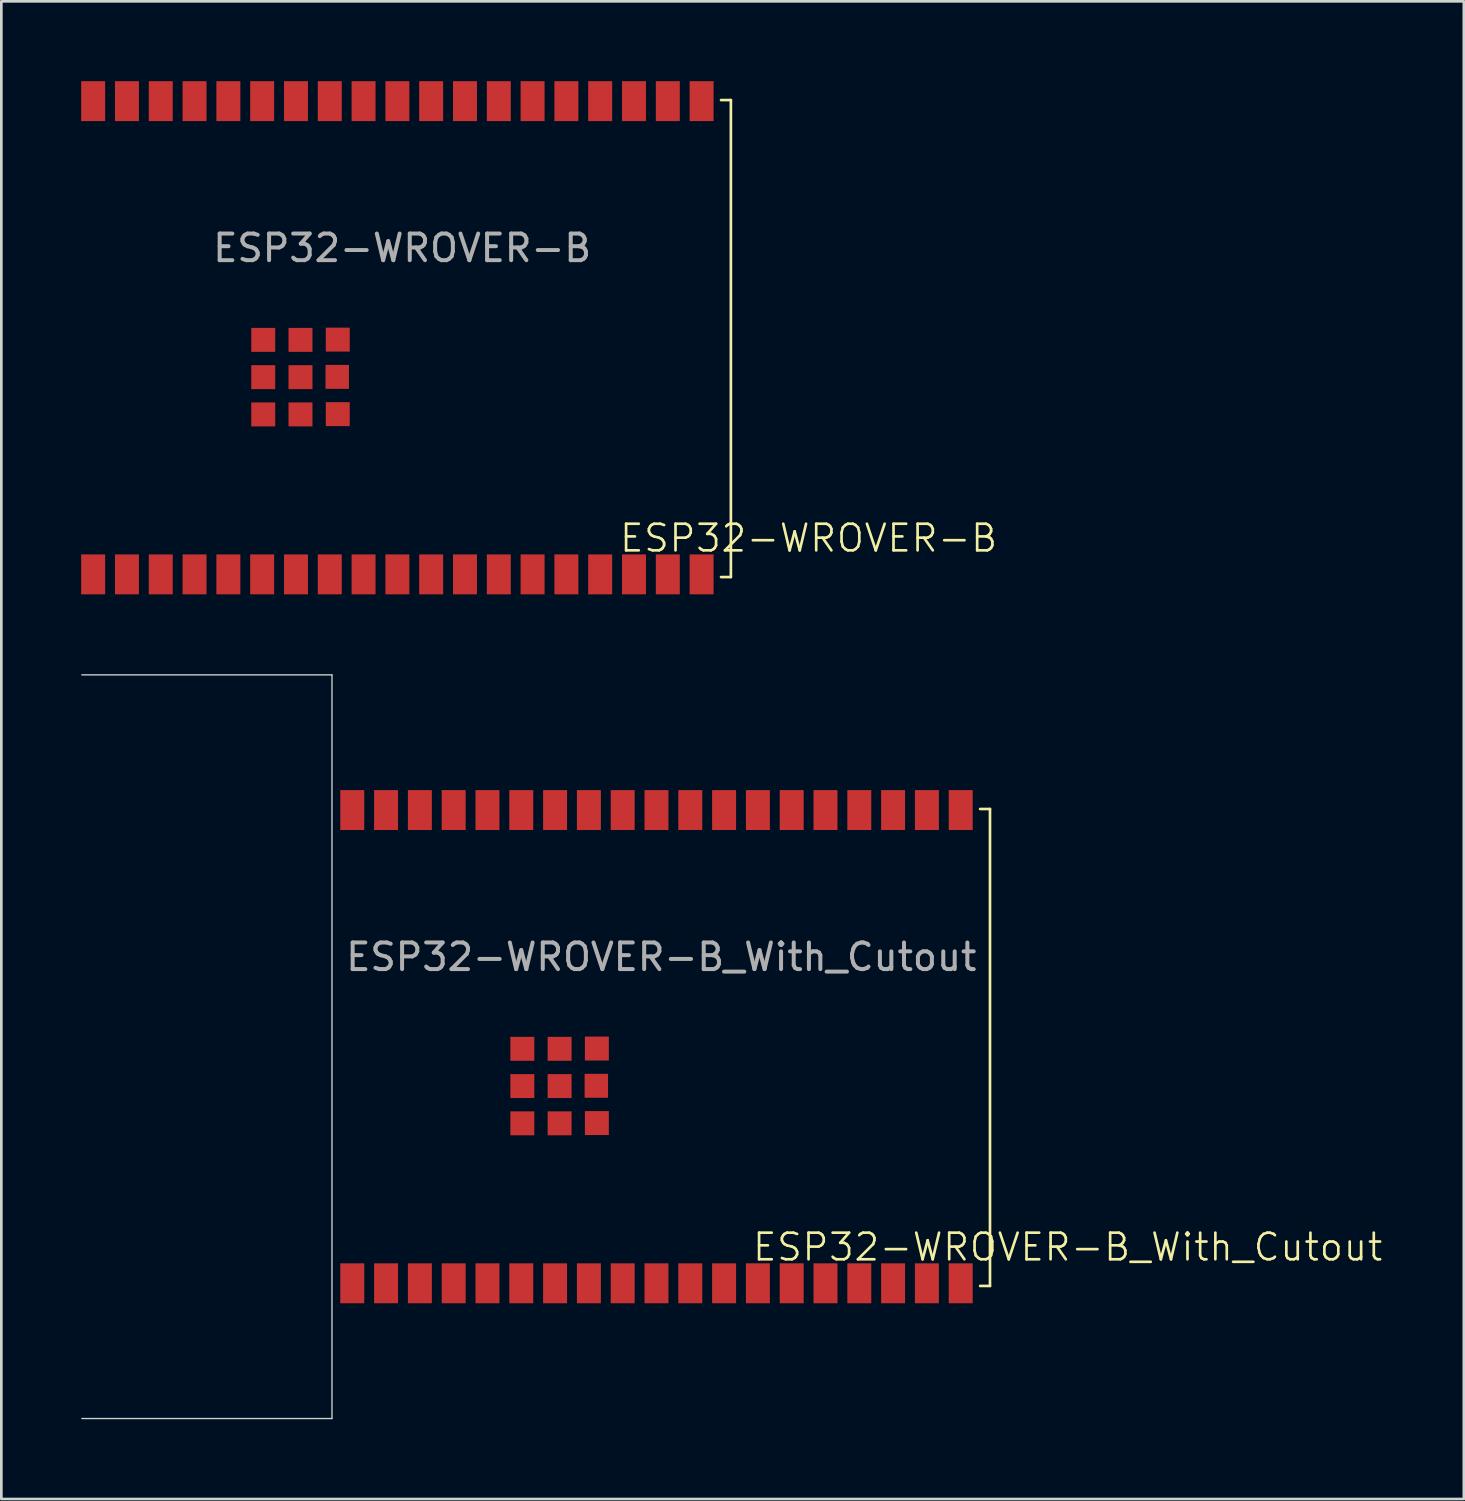
<source format=kicad_pcb>
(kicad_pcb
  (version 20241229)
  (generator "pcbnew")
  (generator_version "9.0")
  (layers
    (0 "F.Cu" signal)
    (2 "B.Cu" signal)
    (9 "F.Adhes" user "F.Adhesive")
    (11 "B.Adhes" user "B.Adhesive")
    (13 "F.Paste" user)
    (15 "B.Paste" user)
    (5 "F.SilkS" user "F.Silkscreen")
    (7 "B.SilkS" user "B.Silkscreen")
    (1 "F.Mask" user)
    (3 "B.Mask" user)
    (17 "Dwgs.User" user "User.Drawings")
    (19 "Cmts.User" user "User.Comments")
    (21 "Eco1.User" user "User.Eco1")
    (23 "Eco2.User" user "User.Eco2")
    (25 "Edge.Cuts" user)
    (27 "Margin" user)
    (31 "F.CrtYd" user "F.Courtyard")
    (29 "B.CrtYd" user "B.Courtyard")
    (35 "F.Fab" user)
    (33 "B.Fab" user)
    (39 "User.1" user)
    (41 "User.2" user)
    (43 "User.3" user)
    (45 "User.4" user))
  (footprint "ESP32-WROVER-B_With_Cutout"
    (layer "F.Cu")
    (at 10.185 45.165)
    (property "Reference" "ESP32-WROVER-B_With_Cutout" (at 26.88 -1.36 0) (unlocked yes) (layer "F.SilkS") (effects (font (size 1 1) (thickness 0.1))))
    (attr smd)
    (fp_line (start 23.59 0.1) (end 23.96 0.1) (stroke (width 0.1) (type default)) (layer "F.SilkS"))
    (fp_line (start 23.96 -17.82) (end 23.59 -17.82) (stroke (width 0.1) (type default)) (layer "F.SilkS"))
    (fp_line (start 23.96 0.1) (end 23.96 -17.82) (stroke (width 0.1) (type default)) (layer "F.SilkS"))
    (fp_line (start -10.16 -22.86) (end -0.762 -22.86) (stroke (width 0.05) (type solid)) (layer "Edge.Cuts"))
    (fp_line (start -0.762 -22.86) (end -0.762 5.08) (stroke (width 0.05) (type solid)) (layer "Edge.Cuts"))
    (fp_line (start -0.762 5.08) (end -10.16 5.08) (stroke (width 0.05) (type solid)) (layer "Edge.Cuts"))
    (fp_text user "${REFERENCE}" (at 11.61 -12.26 0) (unlocked yes) (layer "F.Fab") (effects (font (size 1 1) (thickness 0.15))))
    (pad "" smd rect (at 6.39 -8.81) (size 0.9 0.9) (property pad_prop_heatsink) (layers "F.Cu" "F.Mask" "F.Paste"))
    (pad "" smd rect (at 6.39 -7.41) (size 0.9 0.9) (property pad_prop_heatsink) (layers "F.Cu" "F.Mask" "F.Paste"))
    (pad "" smd rect (at 6.39 -6.01) (size 0.9 0.9) (property pad_prop_heatsink) (layers "F.Cu" "F.Mask" "F.Paste"))
    (pad "" smd rect (at 7.79 -8.81) (size 0.9 0.9) (property pad_prop_heatsink) (layers "F.Cu" "F.Mask" "F.Paste"))
    (pad "" smd rect (at 7.79 -7.41) (size 0.9 0.9) (property pad_prop_heatsink) (layers "F.Cu" "F.Mask" "F.Paste"))
    (pad "" smd rect (at 7.79 -6.01) (size 0.9 0.9) (property pad_prop_heatsink) (layers "F.Cu" "F.Mask" "F.Paste"))
    (pad "" smd rect (at 9.17 -7.42) (size 0.88 0.9) (property pad_prop_heatsink) (layers "F.Cu" "F.Mask" "F.Paste"))
    (pad "" smd rect (at 9.19 -8.82) (size 0.9 0.9) (property pad_prop_heatsink) (layers "F.Cu" "F.Mask" "F.Paste"))
    (pad "" smd rect (at 9.19 -6.02) (size 0.9 0.9) (property pad_prop_heatsink) (layers "F.Cu" "F.Mask" "F.Paste"))
    (pad "1" smd rect (at 0 0) (size 0.9 1.5) (layers "F.Cu" "F.Mask" "F.Paste"))
    (pad "2" smd rect (at 1.27 0) (size 0.9 1.5) (layers "F.Cu" "F.Mask" "F.Paste"))
    (pad "3" smd rect (at 2.54 0) (size 0.9 1.5) (layers "F.Cu" "F.Mask" "F.Paste"))
    (pad "4" smd rect (at 3.81 0) (size 0.9 1.5) (layers "F.Cu" "F.Mask" "F.Paste"))
    (pad "5" smd rect (at 5.08 0) (size 0.9 1.5) (layers "F.Cu" "F.Mask" "F.Paste"))
    (pad "6" smd rect (at 6.35 0) (size 0.9 1.5) (layers "F.Cu" "F.Mask" "F.Paste"))
    (pad "7" smd rect (at 7.62 0) (size 0.9 1.5) (layers "F.Cu" "F.Mask" "F.Paste"))
    (pad "8" smd rect (at 8.89 0) (size 0.9 1.5) (layers "F.Cu" "F.Mask" "F.Paste"))
    (pad "9" smd rect (at 10.16 0) (size 0.9 1.5) (layers "F.Cu" "F.Mask" "F.Paste"))
    (pad "10" smd rect (at 11.43 0) (size 0.9 1.5) (layers "F.Cu" "F.Mask" "F.Paste"))
    (pad "11" smd rect (at 12.7 0) (size 0.9 1.5) (layers "F.Cu" "F.Mask" "F.Paste"))
    (pad "12" smd rect (at 13.97 0) (size 0.9 1.5) (layers "F.Cu" "F.Mask" "F.Paste"))
    (pad "13" smd rect (at 15.24 0) (size 0.9 1.5) (layers "F.Cu" "F.Mask" "F.Paste"))
    (pad "14" smd rect (at 16.51 0) (size 0.9 1.5) (layers "F.Cu" "F.Mask" "F.Paste"))
    (pad "15" smd rect (at 17.78 0) (size 0.9 1.5) (layers "F.Cu" "F.Mask" "F.Paste"))
    (pad "16" smd rect (at 19.05 0) (size 0.9 1.5) (layers "F.Cu" "F.Mask" "F.Paste"))
    (pad "17" smd rect (at 20.32 0) (size 0.9 1.5) (layers "F.Cu" "F.Mask" "F.Paste"))
    (pad "18" smd rect (at 21.59 0) (size 0.9 1.5) (layers "F.Cu" "F.Mask" "F.Paste"))
    (pad "19" smd rect (at 22.86 0) (size 0.9 1.5) (layers "F.Cu" "F.Mask" "F.Paste"))
    (pad "20" smd rect (at 22.86 -17.78) (size 0.9 1.5) (layers "F.Cu" "F.Mask" "F.Paste"))
    (pad "21" smd rect (at 21.59 -17.78) (size 0.9 1.5) (layers "F.Cu" "F.Mask" "F.Paste"))
    (pad "22" smd rect (at 20.32 -17.78) (size 0.9 1.5) (layers "F.Cu" "F.Mask" "F.Paste"))
    (pad "23" smd rect (at 19.05 -17.78) (size 0.9 1.5) (layers "F.Cu" "F.Mask" "F.Paste"))
    (pad "24" smd rect (at 17.78 -17.78) (size 0.9 1.5) (layers "F.Cu" "F.Mask" "F.Paste"))
    (pad "25" smd rect (at 16.51 -17.78) (size 0.9 1.5) (layers "F.Cu" "F.Mask" "F.Paste"))
    (pad "26" smd rect (at 15.24 -17.78) (size 0.9 1.5) (layers "F.Cu" "F.Mask" "F.Paste"))
    (pad "27" smd rect (at 13.97 -17.78) (size 0.9 1.5) (layers "F.Cu" "F.Mask" "F.Paste"))
    (pad "28" smd rect (at 12.7 -17.78) (size 0.9 1.5) (layers "F.Cu" "F.Mask" "F.Paste"))
    (pad "29" smd rect (at 11.43 -17.78) (size 0.9 1.5) (layers "F.Cu" "F.Mask" "F.Paste"))
    (pad "30" smd rect (at 10.16 -17.78) (size 0.9 1.5) (layers "F.Cu" "F.Mask" "F.Paste"))
    (pad "31" smd rect (at 8.89 -17.78) (size 0.9 1.5) (layers "F.Cu" "F.Mask" "F.Paste"))
    (pad "32" smd rect (at 7.62 -17.78) (size 0.9 1.5) (layers "F.Cu" "F.Mask" "F.Paste"))
    (pad "33" smd rect (at 6.35 -17.78) (size 0.9 1.5) (layers "F.Cu" "F.Mask" "F.Paste"))
    (pad "34" smd rect (at 5.08 -17.78) (size 0.9 1.5) (layers "F.Cu" "F.Mask" "F.Paste"))
    (pad "35" smd rect (at 3.81 -17.78) (size 0.9 1.5) (layers "F.Cu" "F.Mask" "F.Paste"))
    (pad "36" smd rect (at 2.54 -17.78) (size 0.9 1.5) (layers "F.Cu" "F.Mask" "F.Paste"))
    (pad "37" smd rect (at 1.27 -17.78) (size 0.9 1.5) (layers "F.Cu" "F.Mask" "F.Paste"))
    (pad "38" smd rect (at 0 -17.78) (size 0.9 1.5) (layers "F.Cu" "F.Mask" "F.Paste")))
  (footprint "ESP32-WROVER-B"
    (layer "F.Cu")
    (at 0.45 18.53)
    (property "Reference" "ESP32-WROVER-B" (at 26.88 -1.36 0) (unlocked yes) (layer "F.SilkS") (effects (font (size 1 1) (thickness 0.1))))
    (attr smd)
    (fp_line (start 23.59 0.1) (end 23.96 0.1) (stroke (width 0.1) (type default)) (layer "F.SilkS"))
    (fp_line (start 23.96 -17.82) (end 23.59 -17.82) (stroke (width 0.1) (type default)) (layer "F.SilkS"))
    (fp_line (start 23.96 0.1) (end 23.96 -17.82) (stroke (width 0.1) (type default)) (layer "F.SilkS"))
    (fp_text user "${REFERENCE}" (at 11.61 -12.26 0) (unlocked yes) (layer "F.Fab") (effects (font (size 1 1) (thickness 0.15))))
    (pad "" smd rect (at 6.39 -8.81) (size 0.9 0.9) (property pad_prop_heatsink) (layers "F.Cu" "F.Mask" "F.Paste"))
    (pad "" smd rect (at 6.39 -7.41) (size 0.9 0.9) (property pad_prop_heatsink) (layers "F.Cu" "F.Mask" "F.Paste"))
    (pad "" smd rect (at 6.39 -6.01) (size 0.9 0.9) (property pad_prop_heatsink) (layers "F.Cu" "F.Mask" "F.Paste"))
    (pad "" smd rect (at 7.79 -8.81) (size 0.9 0.9) (property pad_prop_heatsink) (layers "F.Cu" "F.Mask" "F.Paste"))
    (pad "" smd rect (at 7.79 -7.41) (size 0.9 0.9) (property pad_prop_heatsink) (layers "F.Cu" "F.Mask" "F.Paste"))
    (pad "" smd rect (at 7.79 -6.01) (size 0.9 0.9) (property pad_prop_heatsink) (layers "F.Cu" "F.Mask" "F.Paste"))
    (pad "" smd rect (at 9.17 -7.42) (size 0.88 0.9) (property pad_prop_heatsink) (layers "F.Cu" "F.Mask" "F.Paste"))
    (pad "" smd rect (at 9.19 -8.82) (size 0.9 0.9) (property pad_prop_heatsink) (layers "F.Cu" "F.Mask" "F.Paste"))
    (pad "" smd rect (at 9.19 -6.02) (size 0.9 0.9) (property pad_prop_heatsink) (layers "F.Cu" "F.Mask" "F.Paste"))
    (pad "1" smd rect (at 0 0) (size 0.9 1.5) (layers "F.Cu" "F.Mask" "F.Paste"))
    (pad "2" smd rect (at 1.27 0) (size 0.9 1.5) (layers "F.Cu" "F.Mask" "F.Paste"))
    (pad "3" smd rect (at 2.54 0) (size 0.9 1.5) (layers "F.Cu" "F.Mask" "F.Paste"))
    (pad "4" smd rect (at 3.81 0) (size 0.9 1.5) (layers "F.Cu" "F.Mask" "F.Paste"))
    (pad "5" smd rect (at 5.08 0) (size 0.9 1.5) (layers "F.Cu" "F.Mask" "F.Paste"))
    (pad "6" smd rect (at 6.35 0) (size 0.9 1.5) (layers "F.Cu" "F.Mask" "F.Paste"))
    (pad "7" smd rect (at 7.62 0) (size 0.9 1.5) (layers "F.Cu" "F.Mask" "F.Paste"))
    (pad "8" smd rect (at 8.89 0) (size 0.9 1.5) (layers "F.Cu" "F.Mask" "F.Paste"))
    (pad "9" smd rect (at 10.16 0) (size 0.9 1.5) (layers "F.Cu" "F.Mask" "F.Paste"))
    (pad "10" smd rect (at 11.43 0) (size 0.9 1.5) (layers "F.Cu" "F.Mask" "F.Paste"))
    (pad "11" smd rect (at 12.7 0) (size 0.9 1.5) (layers "F.Cu" "F.Mask" "F.Paste"))
    (pad "12" smd rect (at 13.97 0) (size 0.9 1.5) (layers "F.Cu" "F.Mask" "F.Paste"))
    (pad "13" smd rect (at 15.24 0) (size 0.9 1.5) (layers "F.Cu" "F.Mask" "F.Paste"))
    (pad "14" smd rect (at 16.51 0) (size 0.9 1.5) (layers "F.Cu" "F.Mask" "F.Paste"))
    (pad "15" smd rect (at 17.78 0) (size 0.9 1.5) (layers "F.Cu" "F.Mask" "F.Paste"))
    (pad "16" smd rect (at 19.05 0) (size 0.9 1.5) (layers "F.Cu" "F.Mask" "F.Paste"))
    (pad "17" smd rect (at 20.32 0) (size 0.9 1.5) (layers "F.Cu" "F.Mask" "F.Paste"))
    (pad "18" smd rect (at 21.59 0) (size 0.9 1.5) (layers "F.Cu" "F.Mask" "F.Paste"))
    (pad "19" smd rect (at 22.86 0) (size 0.9 1.5) (layers "F.Cu" "F.Mask" "F.Paste"))
    (pad "20" smd rect (at 22.86 -17.78) (size 0.9 1.5) (layers "F.Cu" "F.Mask" "F.Paste"))
    (pad "21" smd rect (at 21.59 -17.78) (size 0.9 1.5) (layers "F.Cu" "F.Mask" "F.Paste"))
    (pad "22" smd rect (at 20.32 -17.78) (size 0.9 1.5) (layers "F.Cu" "F.Mask" "F.Paste"))
    (pad "23" smd rect (at 19.05 -17.78) (size 0.9 1.5) (layers "F.Cu" "F.Mask" "F.Paste"))
    (pad "24" smd rect (at 17.78 -17.78) (size 0.9 1.5) (layers "F.Cu" "F.Mask" "F.Paste"))
    (pad "25" smd rect (at 16.51 -17.78) (size 0.9 1.5) (layers "F.Cu" "F.Mask" "F.Paste"))
    (pad "26" smd rect (at 15.24 -17.78) (size 0.9 1.5) (layers "F.Cu" "F.Mask" "F.Paste"))
    (pad "27" smd rect (at 13.97 -17.78) (size 0.9 1.5) (layers "F.Cu" "F.Mask" "F.Paste"))
    (pad "28" smd rect (at 12.7 -17.78) (size 0.9 1.5) (layers "F.Cu" "F.Mask" "F.Paste"))
    (pad "29" smd rect (at 11.43 -17.78) (size 0.9 1.5) (layers "F.Cu" "F.Mask" "F.Paste"))
    (pad "30" smd rect (at 10.16 -17.78) (size 0.9 1.5) (layers "F.Cu" "F.Mask" "F.Paste"))
    (pad "31" smd rect (at 8.89 -17.78) (size 0.9 1.5) (layers "F.Cu" "F.Mask" "F.Paste"))
    (pad "32" smd rect (at 7.62 -17.78) (size 0.9 1.5) (layers "F.Cu" "F.Mask" "F.Paste"))
    (pad "33" smd rect (at 6.35 -17.78) (size 0.9 1.5) (layers "F.Cu" "F.Mask" "F.Paste"))
    (pad "34" smd rect (at 5.08 -17.78) (size 0.9 1.5) (layers "F.Cu" "F.Mask" "F.Paste"))
    (pad "35" smd rect (at 3.81 -17.78) (size 0.9 1.5) (layers "F.Cu" "F.Mask" "F.Paste"))
    (pad "36" smd rect (at 2.54 -17.78) (size 0.9 1.5) (layers "F.Cu" "F.Mask" "F.Paste"))
    (pad "37" smd rect (at 1.27 -17.78) (size 0.9 1.5) (layers "F.Cu" "F.Mask" "F.Paste"))
    (pad "38" smd rect (at 0 -17.78) (size 0.9 1.5) (layers "F.Cu" "F.Mask" "F.Paste")))
  (gr_rect
    (start -3 -3)
    (end 51.948 53.27)
    (stroke (width 0.1) (type default))
    (fill no)
    (layer "Edge.Cuts")))
</source>
